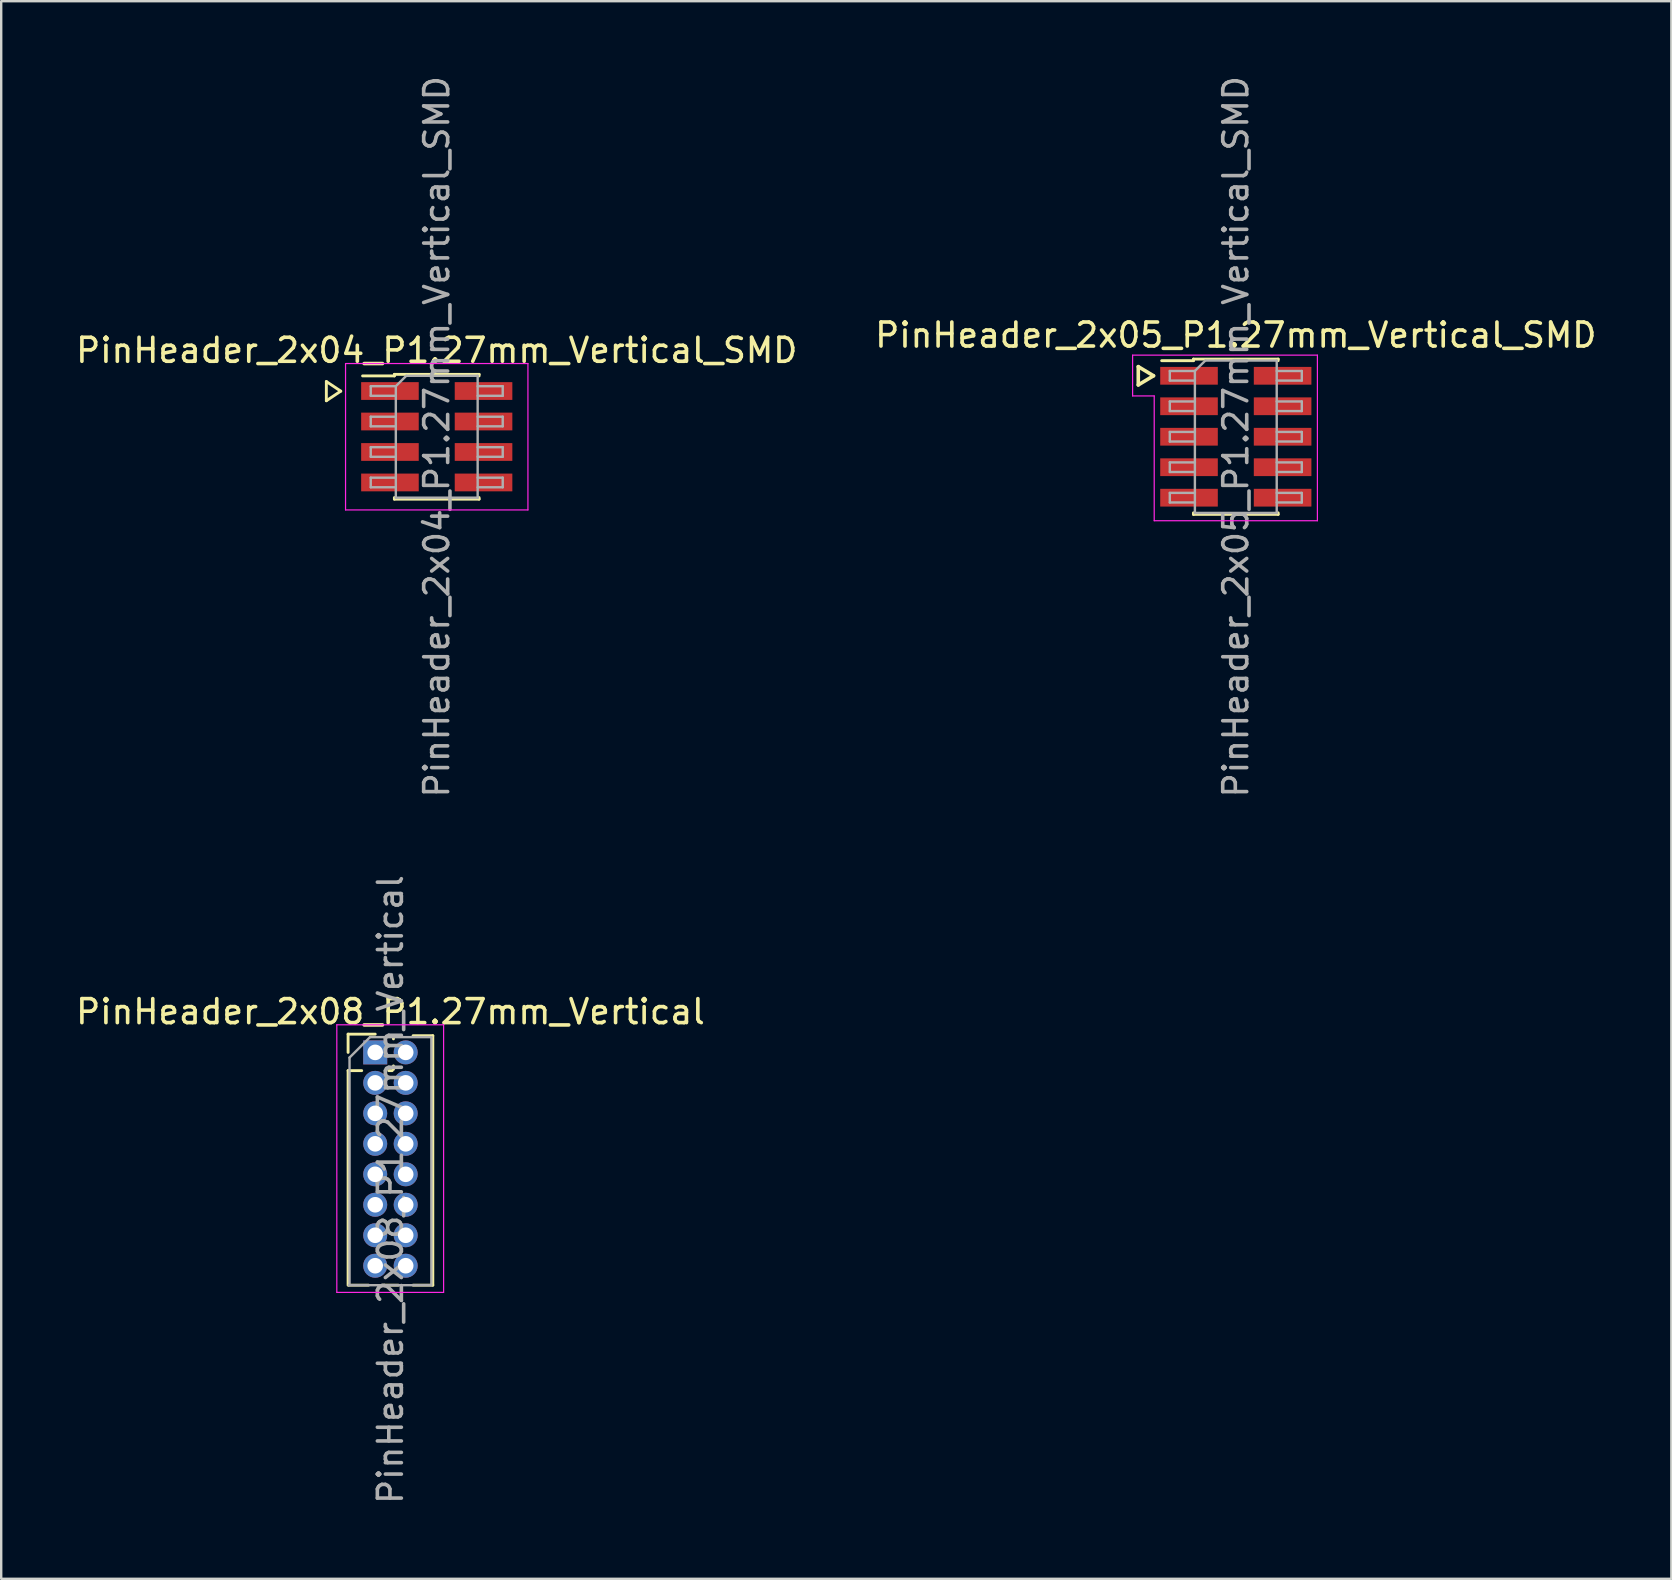
<source format=kicad_pcb>
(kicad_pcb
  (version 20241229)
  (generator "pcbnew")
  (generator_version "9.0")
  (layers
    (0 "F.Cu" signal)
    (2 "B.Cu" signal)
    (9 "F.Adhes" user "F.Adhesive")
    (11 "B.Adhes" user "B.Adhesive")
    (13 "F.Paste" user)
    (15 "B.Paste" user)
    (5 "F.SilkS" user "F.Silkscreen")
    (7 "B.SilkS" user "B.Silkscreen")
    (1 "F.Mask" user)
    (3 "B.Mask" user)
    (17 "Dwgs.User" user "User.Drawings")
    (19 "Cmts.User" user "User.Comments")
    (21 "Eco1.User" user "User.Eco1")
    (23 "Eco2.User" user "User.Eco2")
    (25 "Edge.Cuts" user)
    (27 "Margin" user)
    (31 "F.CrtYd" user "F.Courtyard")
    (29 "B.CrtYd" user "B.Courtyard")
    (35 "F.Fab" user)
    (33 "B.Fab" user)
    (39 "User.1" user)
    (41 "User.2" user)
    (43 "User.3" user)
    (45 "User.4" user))
  (footprint "PinHeader_2x05_P1.27mm_Vertical_SMD"
    (layer "F.Cu")
    (at 48.446 15.149)
    (property "Reference" "PinHeader_2x05_P1.27mm_Vertical_SMD" (at 0 -4.235 0) (layer "F.SilkS") (effects (font (size 1 1) (thickness 0.15))))
    (attr smd)
    (fp_line (start -4.064 -2.921) (end -4.064 -2.159) (stroke (width 0.15) (type solid)) (layer "F.SilkS"))
    (fp_line (start -4.064 -2.159) (end -3.429 -2.54) (stroke (width 0.15) (type solid)) (layer "F.SilkS"))
    (fp_line (start -3.429 -2.54) (end -4.064 -2.921) (stroke (width 0.15) (type solid)) (layer "F.SilkS"))
    (fp_line (start -3.09 -3.17) (end -1.765 -3.17) (stroke (width 0.12) (type solid)) (layer "F.SilkS"))
    (fp_line (start -1.765 -3.235) (end -1.765 -3.17) (stroke (width 0.12) (type solid)) (layer "F.SilkS"))
    (fp_line (start -1.765 -3.235) (end 1.765 -3.235) (stroke (width 0.12) (type solid)) (layer "F.SilkS"))
    (fp_line (start -1.765 3.17) (end -1.765 3.235) (stroke (width 0.12) (type solid)) (layer "F.SilkS"))
    (fp_line (start -1.765 3.235) (end 1.765 3.235) (stroke (width 0.12) (type solid)) (layer "F.SilkS"))
    (fp_line (start 1.765 -3.235) (end 1.765 -3.17) (stroke (width 0.12) (type solid)) (layer "F.SilkS"))
    (fp_line (start 1.765 3.17) (end 1.765 3.235) (stroke (width 0.12) (type solid)) (layer "F.SilkS"))
    (fp_line (start -4.3 -3.4) (end -4.3 -1.7) (stroke (width 0.05) (type solid)) (layer "F.CrtYd"))
    (fp_line (start -4.3 -1.7) (end -3.4 -1.7) (stroke (width 0.05) (type solid)) (layer "F.CrtYd"))
    (fp_line (start -3.4 -1.7) (end -3.4 3.5) (stroke (width 0.05) (type solid)) (layer "F.CrtYd"))
    (fp_line (start -3.4 3.5) (end 3.4 3.5) (stroke (width 0.05) (type solid)) (layer "F.CrtYd"))
    (fp_line (start 3.4 -3.4) (end -4.3 -3.4) (stroke (width 0.05) (type solid)) (layer "F.CrtYd"))
    (fp_line (start 3.4 3.5) (end 3.4 -3.4) (stroke (width 0.05) (type solid)) (layer "F.CrtYd"))
    (fp_line (start -2.75 -2.74) (end -2.75 -2.34) (stroke (width 0.1) (type solid)) (layer "F.Fab"))
    (fp_line (start -2.75 -2.34) (end -1.705 -2.34) (stroke (width 0.1) (type solid)) (layer "F.Fab"))
    (fp_line (start -2.75 -1.47) (end -2.75 -1.07) (stroke (width 0.1) (type solid)) (layer "F.Fab"))
    (fp_line (start -2.75 -1.07) (end -1.705 -1.07) (stroke (width 0.1) (type solid)) (layer "F.Fab"))
    (fp_line (start -2.75 -0.2) (end -2.75 0.2) (stroke (width 0.1) (type solid)) (layer "F.Fab"))
    (fp_line (start -2.75 0.2) (end -1.705 0.2) (stroke (width 0.1) (type solid)) (layer "F.Fab"))
    (fp_line (start -2.75 1.07) (end -2.75 1.47) (stroke (width 0.1) (type solid)) (layer "F.Fab"))
    (fp_line (start -2.75 1.47) (end -1.705 1.47) (stroke (width 0.1) (type solid)) (layer "F.Fab"))
    (fp_line (start -2.75 2.34) (end -2.75 2.74) (stroke (width 0.1) (type solid)) (layer "F.Fab"))
    (fp_line (start -2.75 2.74) (end -1.705 2.74) (stroke (width 0.1) (type solid)) (layer "F.Fab"))
    (fp_line (start -1.705 -2.74) (end -2.75 -2.74) (stroke (width 0.1) (type solid)) (layer "F.Fab"))
    (fp_line (start -1.705 -2.74) (end -1.27 -3.175) (stroke (width 0.1) (type solid)) (layer "F.Fab"))
    (fp_line (start -1.705 -1.47) (end -2.75 -1.47) (stroke (width 0.1) (type solid)) (layer "F.Fab"))
    (fp_line (start -1.705 -0.2) (end -2.75 -0.2) (stroke (width 0.1) (type solid)) (layer "F.Fab"))
    (fp_line (start -1.705 1.07) (end -2.75 1.07) (stroke (width 0.1) (type solid)) (layer "F.Fab"))
    (fp_line (start -1.705 2.34) (end -2.75 2.34) (stroke (width 0.1) (type solid)) (layer "F.Fab"))
    (fp_line (start -1.705 3.175) (end -1.705 -2.74) (stroke (width 0.1) (type solid)) (layer "F.Fab"))
    (fp_line (start -1.27 -3.175) (end 1.705 -3.175) (stroke (width 0.1) (type solid)) (layer "F.Fab"))
    (fp_line (start 1.705 -3.175) (end 1.705 3.175) (stroke (width 0.1) (type solid)) (layer "F.Fab"))
    (fp_line (start 1.705 -2.74) (end 2.75 -2.74) (stroke (width 0.1) (type solid)) (layer "F.Fab"))
    (fp_line (start 1.705 -1.47) (end 2.75 -1.47) (stroke (width 0.1) (type solid)) (layer "F.Fab"))
    (fp_line (start 1.705 -0.2) (end 2.75 -0.2) (stroke (width 0.1) (type solid)) (layer "F.Fab"))
    (fp_line (start 1.705 1.07) (end 2.75 1.07) (stroke (width 0.1) (type solid)) (layer "F.Fab"))
    (fp_line (start 1.705 2.34) (end 2.75 2.34) (stroke (width 0.1) (type solid)) (layer "F.Fab"))
    (fp_line (start 1.705 3.175) (end -1.705 3.175) (stroke (width 0.1) (type solid)) (layer "F.Fab"))
    (fp_line (start 2.75 -2.74) (end 2.75 -2.34) (stroke (width 0.1) (type solid)) (layer "F.Fab"))
    (fp_line (start 2.75 -2.34) (end 1.705 -2.34) (stroke (width 0.1) (type solid)) (layer "F.Fab"))
    (fp_line (start 2.75 -1.47) (end 2.75 -1.07) (stroke (width 0.1) (type solid)) (layer "F.Fab"))
    (fp_line (start 2.75 -1.07) (end 1.705 -1.07) (stroke (width 0.1) (type solid)) (layer "F.Fab"))
    (fp_line (start 2.75 -0.2) (end 2.75 0.2) (stroke (width 0.1) (type solid)) (layer "F.Fab"))
    (fp_line (start 2.75 0.2) (end 1.705 0.2) (stroke (width 0.1) (type solid)) (layer "F.Fab"))
    (fp_line (start 2.75 1.07) (end 2.75 1.47) (stroke (width 0.1) (type solid)) (layer "F.Fab"))
    (fp_line (start 2.75 1.47) (end 1.705 1.47) (stroke (width 0.1) (type solid)) (layer "F.Fab"))
    (fp_line (start 2.75 2.34) (end 2.75 2.74) (stroke (width 0.1) (type solid)) (layer "F.Fab"))
    (fp_line (start 2.75 2.74) (end 1.705 2.74) (stroke (width 0.1) (type solid)) (layer "F.Fab"))
    (fp_text user "${REFERENCE}" (at 0 0 90) (layer "F.Fab") (effects (font (size 1 1) (thickness 0.15))))
    (pad "1" smd rect (at -1.95 -2.54) (size 2.4 0.74) (layers "F.Cu" "F.Mask" "F.Paste"))
    (pad "2" smd rect (at 1.95 -2.54) (size 2.4 0.74) (layers "F.Cu" "F.Mask" "F.Paste"))
    (pad "3" smd rect (at -1.95 -1.27) (size 2.4 0.74) (layers "F.Cu" "F.Mask" "F.Paste"))
    (pad "4" smd rect (at 1.95 -1.27) (size 2.4 0.74) (layers "F.Cu" "F.Mask" "F.Paste"))
    (pad "5" smd rect (at -1.95 0) (size 2.4 0.74) (layers "F.Cu" "F.Mask" "F.Paste"))
    (pad "6" smd rect (at 1.95 0) (size 2.4 0.74) (layers "F.Cu" "F.Mask" "F.Paste"))
    (pad "7" smd rect (at -1.95 1.27) (size 2.4 0.74) (layers "F.Cu" "F.Mask" "F.Paste"))
    (pad "8" smd rect (at 1.95 1.27) (size 2.4 0.74) (layers "F.Cu" "F.Mask" "F.Paste"))
    (pad "9" smd rect (at -1.95 2.54) (size 2.4 0.74) (layers "F.Cu" "F.Mask" "F.Paste"))
    (pad "10" smd rect (at 1.95 2.54) (size 2.4 0.74) (layers "F.Cu" "F.Mask" "F.Paste")))
  (footprint "PinHeader_2x04_P1.27mm_Vertical_SMD"
    (layer "F.Cu")
    (at 15.149 15.149)
    (property "Reference" "PinHeader_2x04_P1.27mm_Vertical_SMD" (at 0 -3.6 0) (layer "F.SilkS") (effects (font (size 1 1) (thickness 0.15))))
    (attr smd)
    (fp_line (start -4.6 -2.3) (end -4.6 -1.5) (stroke (width 0.12) (type solid)) (layer "F.SilkS"))
    (fp_line (start -4.6 -1.5) (end -4 -1.9) (stroke (width 0.12) (type solid)) (layer "F.SilkS"))
    (fp_line (start -4 -1.9) (end -4.6 -2.3) (stroke (width 0.12) (type solid)) (layer "F.SilkS"))
    (fp_line (start -3.09 -2.535) (end -1.765 -2.535) (stroke (width 0.12) (type solid)) (layer "F.SilkS"))
    (fp_line (start -1.765 -2.6) (end -1.765 -2.535) (stroke (width 0.12) (type solid)) (layer "F.SilkS"))
    (fp_line (start -1.765 -2.6) (end 1.765 -2.6) (stroke (width 0.12) (type solid)) (layer "F.SilkS"))
    (fp_line (start -1.765 2.535) (end -1.765 2.6) (stroke (width 0.12) (type solid)) (layer "F.SilkS"))
    (fp_line (start -1.765 2.6) (end 1.765 2.6) (stroke (width 0.12) (type solid)) (layer "F.SilkS"))
    (fp_line (start 1.765 -2.6) (end 1.765 -2.535) (stroke (width 0.12) (type solid)) (layer "F.SilkS"))
    (fp_line (start 1.765 2.535) (end 1.765 2.6) (stroke (width 0.12) (type solid)) (layer "F.SilkS"))
    (fp_line (start -3.8 -3.05) (end -3.8 3.05) (stroke (width 0.05) (type solid)) (layer "F.CrtYd"))
    (fp_line (start -3.8 3.05) (end 3.8 3.05) (stroke (width 0.05) (type solid)) (layer "F.CrtYd"))
    (fp_line (start 3.8 -3.05) (end -3.8 -3.05) (stroke (width 0.05) (type solid)) (layer "F.CrtYd"))
    (fp_line (start 3.8 3.05) (end 3.8 -3.05) (stroke (width 0.05) (type solid)) (layer "F.CrtYd"))
    (fp_line (start -2.75 -2.105) (end -2.75 -1.705) (stroke (width 0.1) (type solid)) (layer "F.Fab"))
    (fp_line (start -2.75 -1.705) (end -1.705 -1.705) (stroke (width 0.1) (type solid)) (layer "F.Fab"))
    (fp_line (start -2.75 -0.835) (end -2.75 -0.435) (stroke (width 0.1) (type solid)) (layer "F.Fab"))
    (fp_line (start -2.75 -0.435) (end -1.705 -0.435) (stroke (width 0.1) (type solid)) (layer "F.Fab"))
    (fp_line (start -2.75 0.435) (end -2.75 0.835) (stroke (width 0.1) (type solid)) (layer "F.Fab"))
    (fp_line (start -2.75 0.835) (end -1.705 0.835) (stroke (width 0.1) (type solid)) (layer "F.Fab"))
    (fp_line (start -2.75 1.705) (end -2.75 2.105) (stroke (width 0.1) (type solid)) (layer "F.Fab"))
    (fp_line (start -2.75 2.105) (end -1.705 2.105) (stroke (width 0.1) (type solid)) (layer "F.Fab"))
    (fp_line (start -1.705 -2.105) (end -2.75 -2.105) (stroke (width 0.1) (type solid)) (layer "F.Fab"))
    (fp_line (start -1.705 -2.105) (end -1.27 -2.54) (stroke (width 0.1) (type solid)) (layer "F.Fab"))
    (fp_line (start -1.705 -0.835) (end -2.75 -0.835) (stroke (width 0.1) (type solid)) (layer "F.Fab"))
    (fp_line (start -1.705 0.435) (end -2.75 0.435) (stroke (width 0.1) (type solid)) (layer "F.Fab"))
    (fp_line (start -1.705 1.705) (end -2.75 1.705) (stroke (width 0.1) (type solid)) (layer "F.Fab"))
    (fp_line (start -1.705 2.54) (end -1.705 -2.105) (stroke (width 0.1) (type solid)) (layer "F.Fab"))
    (fp_line (start -1.27 -2.54) (end 1.705 -2.54) (stroke (width 0.1) (type solid)) (layer "F.Fab"))
    (fp_line (start 1.705 -2.54) (end 1.705 2.54) (stroke (width 0.1) (type solid)) (layer "F.Fab"))
    (fp_line (start 1.705 -2.105) (end 2.75 -2.105) (stroke (width 0.1) (type solid)) (layer "F.Fab"))
    (fp_line (start 1.705 -0.835) (end 2.75 -0.835) (stroke (width 0.1) (type solid)) (layer "F.Fab"))
    (fp_line (start 1.705 0.435) (end 2.75 0.435) (stroke (width 0.1) (type solid)) (layer "F.Fab"))
    (fp_line (start 1.705 1.705) (end 2.75 1.705) (stroke (width 0.1) (type solid)) (layer "F.Fab"))
    (fp_line (start 1.705 2.54) (end -1.705 2.54) (stroke (width 0.1) (type solid)) (layer "F.Fab"))
    (fp_line (start 2.75 -2.105) (end 2.75 -1.705) (stroke (width 0.1) (type solid)) (layer "F.Fab"))
    (fp_line (start 2.75 -1.705) (end 1.705 -1.705) (stroke (width 0.1) (type solid)) (layer "F.Fab"))
    (fp_line (start 2.75 -0.835) (end 2.75 -0.435) (stroke (width 0.1) (type solid)) (layer "F.Fab"))
    (fp_line (start 2.75 -0.435) (end 1.705 -0.435) (stroke (width 0.1) (type solid)) (layer "F.Fab"))
    (fp_line (start 2.75 0.435) (end 2.75 0.835) (stroke (width 0.1) (type solid)) (layer "F.Fab"))
    (fp_line (start 2.75 0.835) (end 1.705 0.835) (stroke (width 0.1) (type solid)) (layer "F.Fab"))
    (fp_line (start 2.75 1.705) (end 2.75 2.105) (stroke (width 0.1) (type solid)) (layer "F.Fab"))
    (fp_line (start 2.75 2.105) (end 1.705 2.105) (stroke (width 0.1) (type solid)) (layer "F.Fab"))
    (fp_text user "${REFERENCE}" (at 0 0 90) (layer "F.Fab") (effects (font (size 1 1) (thickness 0.15))))
    (pad "1" smd rect (at -1.95 -1.905) (size 2.4 0.74) (layers "F.Cu" "F.Mask" "F.Paste"))
    (pad "2" smd rect (at 1.95 -1.905) (size 2.4 0.74) (layers "F.Cu" "F.Mask" "F.Paste"))
    (pad "3" smd rect (at -1.95 -0.635) (size 2.4 0.74) (layers "F.Cu" "F.Mask" "F.Paste"))
    (pad "4" smd rect (at 1.95 -0.635) (size 2.4 0.74) (layers "F.Cu" "F.Mask" "F.Paste"))
    (pad "5" smd rect (at -1.95 0.635) (size 2.4 0.74) (layers "F.Cu" "F.Mask" "F.Paste"))
    (pad "6" smd rect (at 1.95 0.635) (size 2.4 0.74) (layers "F.Cu" "F.Mask" "F.Paste"))
    (pad "7" smd rect (at -1.95 1.905) (size 2.4 0.74) (layers "F.Cu" "F.Mask" "F.Paste"))
    (pad "8" smd rect (at 1.95 1.905) (size 2.4 0.74) (layers "F.Cu" "F.Mask" "F.Paste")))
  (footprint "PinHeader_2x08_P1.27mm_Vertical"
    (layer "F.Cu")
    (at 12.585 40.803)
    (property "Reference" "PinHeader_2x08_P1.27mm_Vertical" (at 0.635 -1.695 0) (layer "F.SilkS") (effects (font (size 1 1) (thickness 0.15))))
    (attr through_hole)
    (fp_line (start -1.13 -0.76) (end 0 -0.76) (stroke (width 0.12) (type solid)) (layer "F.SilkS"))
    (fp_line (start -1.13 0) (end -1.13 -0.76) (stroke (width 0.12) (type solid)) (layer "F.SilkS"))
    (fp_line (start -1.13 0.76) (end -1.13 9.7) (stroke (width 0.12) (type solid)) (layer "F.SilkS"))
    (fp_line (start -1.13 0.76) (end -0.563 0.76) (stroke (width 0.12) (type solid)) (layer "F.SilkS"))
    (fp_line (start -1.1 9.7) (end -0.278 9.7) (stroke (width 0.12) (type solid)) (layer "F.SilkS"))
    (fp_line (start 0.308 9.7) (end 0.962 9.7) (stroke (width 0.12) (type solid)) (layer "F.SilkS"))
    (fp_line (start 0.563 0.76) (end 0.707 0.76) (stroke (width 0.12) (type solid)) (layer "F.SilkS"))
    (fp_line (start 0.76 -0.695) (end 0.962 -0.695) (stroke (width 0.12) (type solid)) (layer "F.SilkS"))
    (fp_line (start 0.76 -0.563) (end 0.76 -0.695) (stroke (width 0.12) (type solid)) (layer "F.SilkS"))
    (fp_line (start 0.76 0.707) (end 0.76 0.563) (stroke (width 0.12) (type solid)) (layer "F.SilkS"))
    (fp_line (start 1.578 -0.695) (end 2.4 -0.695) (stroke (width 0.12) (type solid)) (layer "F.SilkS"))
    (fp_line (start 1.578 9.7) (end 2.4 9.7) (stroke (width 0.12) (type solid)) (layer "F.SilkS"))
    (fp_line (start 2.4 -0.695) (end 2.4 9.7) (stroke (width 0.12) (type solid)) (layer "F.SilkS"))
    (fp_line (start -1.6 -1.15) (end -1.6 10) (stroke (width 0.05) (type solid)) (layer "F.CrtYd"))
    (fp_line (start -1.6 10) (end 2.85 10) (stroke (width 0.05) (type solid)) (layer "F.CrtYd"))
    (fp_line (start 2.85 -1.15) (end -1.6 -1.15) (stroke (width 0.05) (type solid)) (layer "F.CrtYd"))
    (fp_line (start 2.85 10) (end 2.85 -1.15) (stroke (width 0.05) (type solid)) (layer "F.CrtYd"))
    (fp_line (start -1.07 0.217) (end -0.217 -0.635) (stroke (width 0.1) (type solid)) (layer "F.Fab"))
    (fp_line (start -1.07 9.7) (end -1.07 0.217) (stroke (width 0.1) (type solid)) (layer "F.Fab"))
    (fp_line (start -0.217 -0.635) (end 2.34 -0.635) (stroke (width 0.1) (type solid)) (layer "F.Fab"))
    (fp_line (start 2.31 9.7) (end -1.1 9.7) (stroke (width 0.1) (type solid)) (layer "F.Fab"))
    (fp_line (start 2.34 -0.635) (end 2.34 9.7) (stroke (width 0.1) (type solid)) (layer "F.Fab"))
    (fp_text user "${REFERENCE}" (at 0.635 5.715 90) (layer "F.Fab") (effects (font (size 1 1) (thickness 0.15))))
    (pad "1" thru_hole rect (at 0 0) (size 1 1) (drill 0.65) (layers "*.Cu" "*.Mask"))
    (pad "2" thru_hole oval (at 1.27 0) (size 1 1) (drill 0.65) (layers "*.Cu" "*.Mask"))
    (pad "3" thru_hole oval (at 0 1.27) (size 1 1) (drill 0.65) (layers "*.Cu" "*.Mask"))
    (pad "4" thru_hole oval (at 1.27 1.27) (size 1 1) (drill 0.65) (layers "*.Cu" "*.Mask"))
    (pad "5" thru_hole oval (at 0 2.54) (size 1 1) (drill 0.65) (layers "*.Cu" "*.Mask"))
    (pad "6" thru_hole oval (at 1.27 2.54) (size 1 1) (drill 0.65) (layers "*.Cu" "*.Mask"))
    (pad "7" thru_hole oval (at 0 3.81) (size 1 1) (drill 0.65) (layers "*.Cu" "*.Mask"))
    (pad "8" thru_hole oval (at 1.27 3.81) (size 1 1) (drill 0.65) (layers "*.Cu" "*.Mask"))
    (pad "9" thru_hole oval (at 0 5.08) (size 1 1) (drill 0.65) (layers "*.Cu" "*.Mask"))
    (pad "10" thru_hole oval (at 1.27 5.08) (size 1 1) (drill 0.65) (layers "*.Cu" "*.Mask"))
    (pad "11" thru_hole oval (at 0 6.35) (size 1 1) (drill 0.65) (layers "*.Cu" "*.Mask"))
    (pad "12" thru_hole oval (at 1.27 6.35) (size 1 1) (drill 0.65) (layers "*.Cu" "*.Mask"))
    (pad "13" thru_hole oval (at 0 7.62) (size 1 1) (drill 0.65) (layers "*.Cu" "*.Mask"))
    (pad "14" thru_hole oval (at 1.27 7.62) (size 1 1) (drill 0.65) (layers "*.Cu" "*.Mask"))
    (pad "15" thru_hole oval (at 0 8.89) (size 1 1) (drill 0.65) (layers "*.Cu" "*.Mask"))
    (pad "16" thru_hole oval (at 1.27 8.89) (size 1 1) (drill 0.65) (layers "*.Cu" "*.Mask")))
  (gr_rect
    (start -3 -3)
    (end 66.595 62.738)
    (stroke (width 0.1) (type default))
    (fill no)
    (layer "Edge.Cuts")))
</source>
